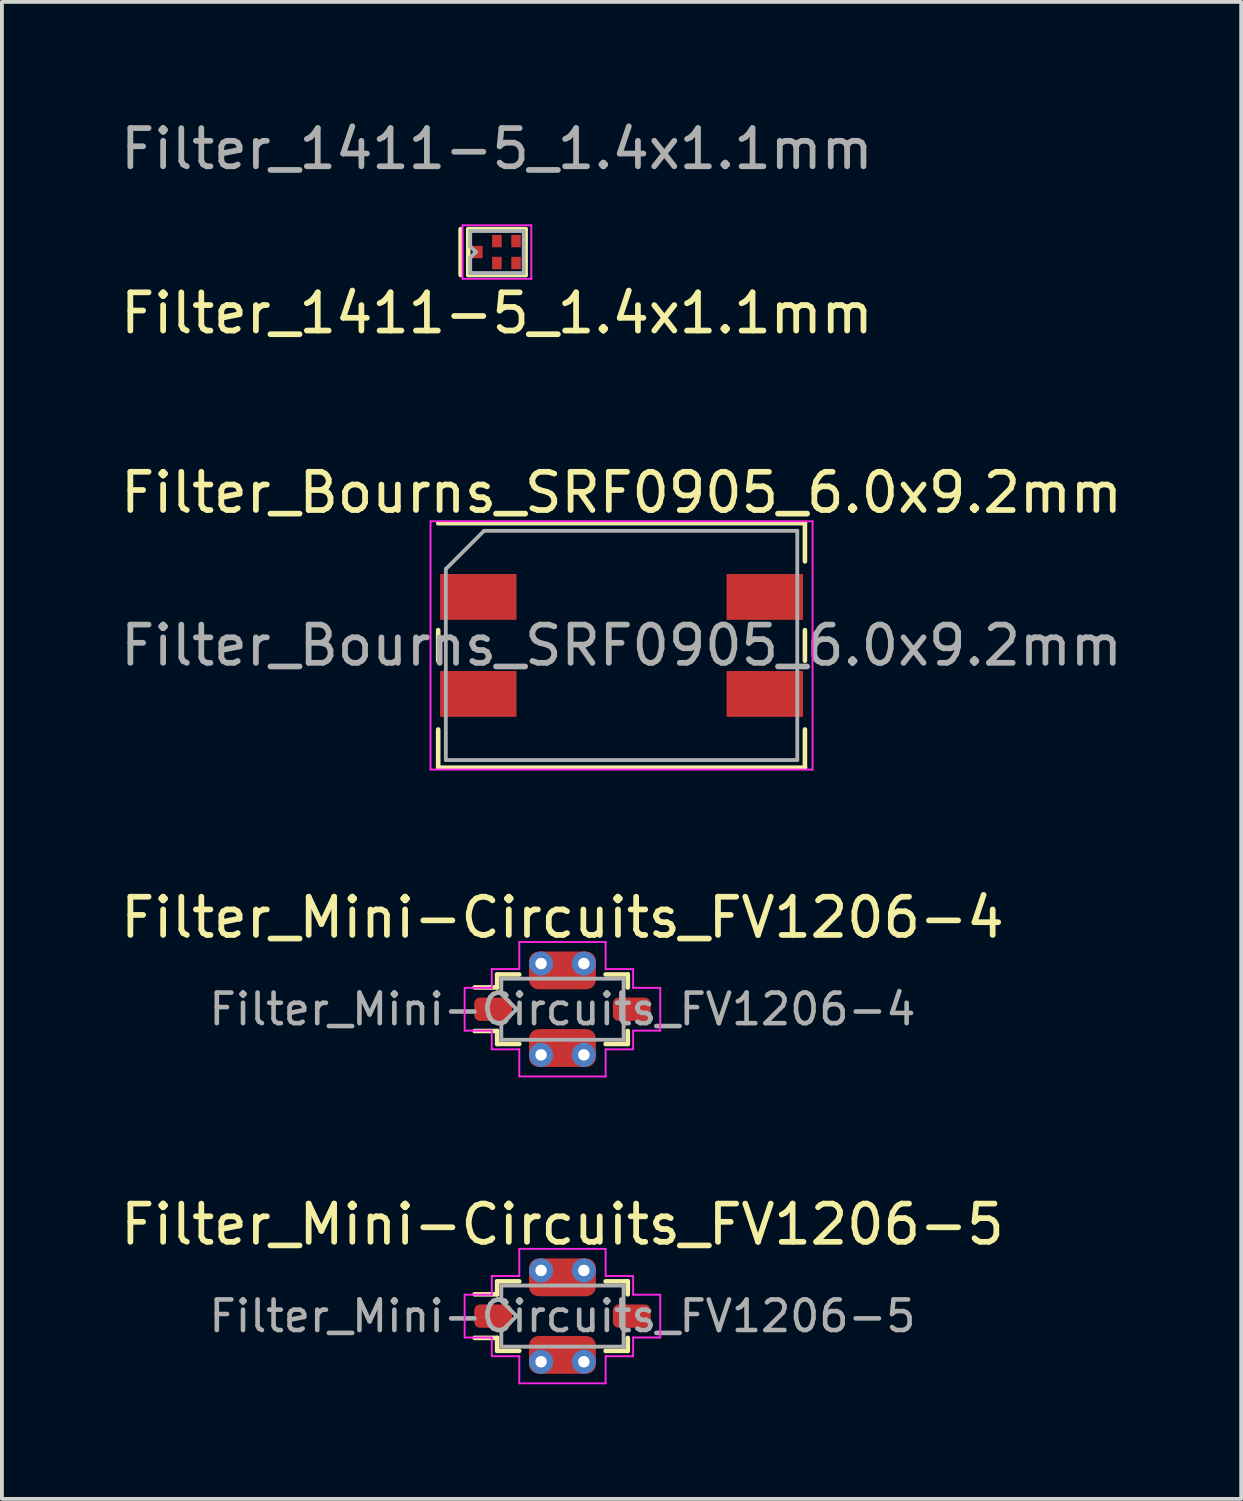
<source format=kicad_pcb>
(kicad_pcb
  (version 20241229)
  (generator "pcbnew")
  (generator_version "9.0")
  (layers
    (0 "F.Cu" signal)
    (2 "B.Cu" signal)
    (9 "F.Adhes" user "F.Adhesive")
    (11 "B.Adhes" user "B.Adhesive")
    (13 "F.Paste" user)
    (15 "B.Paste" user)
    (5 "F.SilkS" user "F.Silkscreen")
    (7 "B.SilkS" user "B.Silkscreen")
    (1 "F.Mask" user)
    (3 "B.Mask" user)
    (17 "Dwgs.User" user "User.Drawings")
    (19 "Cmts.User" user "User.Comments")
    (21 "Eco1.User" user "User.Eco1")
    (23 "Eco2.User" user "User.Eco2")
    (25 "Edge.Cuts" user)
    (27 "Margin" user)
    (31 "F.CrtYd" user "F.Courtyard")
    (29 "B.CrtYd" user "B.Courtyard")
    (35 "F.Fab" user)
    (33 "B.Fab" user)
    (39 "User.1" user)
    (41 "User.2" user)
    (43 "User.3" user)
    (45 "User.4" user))
  (footprint "Filter_Mini-Circuits_FV1206-5"
    (layer "F.Cu")
    (at 11.673 31.401)
    (property "Reference" "Filter_Mini-Circuits_FV1206-5" (at 0 -2.4 0) (layer "F.SilkS") (effects (font (size 1 1) (thickness 0.15))))
    (attr smd)
    (fp_line (start -1.71 -0.91) (end -1.71 -0.57) (stroke (width 0.12) (type solid)) (layer "F.SilkS"))
    (fp_line (start -1.71 -0.91) (end -1.13 -0.91) (stroke (width 0.12) (type solid)) (layer "F.SilkS"))
    (fp_line (start -1.71 -0.57) (end -2.3 -0.57) (stroke (width 0.12) (type solid)) (layer "F.SilkS"))
    (fp_line (start -1.71 0.57) (end -2.3 0.57) (stroke (width 0.12) (type solid)) (layer "F.SilkS"))
    (fp_line (start -1.71 0.57) (end -1.71 0.91) (stroke (width 0.12) (type solid)) (layer "F.SilkS"))
    (fp_line (start -1.71 0.91) (end -1.13 0.91) (stroke (width 0.12) (type solid)) (layer "F.SilkS"))
    (fp_line (start 1.13 -0.91) (end 1.71 -0.91) (stroke (width 0.12) (type solid)) (layer "F.SilkS"))
    (fp_line (start 1.13 0.91) (end 1.71 0.91) (stroke (width 0.12) (type solid)) (layer "F.SilkS"))
    (fp_line (start 1.71 -0.91) (end 1.71 -0.57) (stroke (width 0.12) (type solid)) (layer "F.SilkS"))
    (fp_line (start 1.71 0.57) (end 1.71 0.91) (stroke (width 0.12) (type solid)) (layer "F.SilkS"))
    (fp_line (start -2.56 -0.56) (end -2.56 0.56) (stroke (width 0.05) (type solid)) (layer "F.CrtYd"))
    (fp_line (start -2.56 -0.56) (end -1.85 -0.56) (stroke (width 0.05) (type solid)) (layer "F.CrtYd"))
    (fp_line (start -2.56 0.56) (end -1.85 0.56) (stroke (width 0.05) (type solid)) (layer "F.CrtYd"))
    (fp_line (start -1.85 -1.05) (end -1.85 -0.56) (stroke (width 0.05) (type solid)) (layer "F.CrtYd"))
    (fp_line (start -1.85 -1.05) (end -1.13 -1.05) (stroke (width 0.05) (type solid)) (layer "F.CrtYd"))
    (fp_line (start -1.85 0.56) (end -1.85 1.05) (stroke (width 0.05) (type solid)) (layer "F.CrtYd"))
    (fp_line (start -1.85 1.05) (end -1.13 1.05) (stroke (width 0.05) (type solid)) (layer "F.CrtYd"))
    (fp_line (start -1.13 -1.76) (end 1.13 -1.76) (stroke (width 0.05) (type solid)) (layer "F.CrtYd"))
    (fp_line (start -1.13 -1.05) (end -1.13 -1.76) (stroke (width 0.05) (type solid)) (layer "F.CrtYd"))
    (fp_line (start -1.13 1.76) (end -1.13 1.05) (stroke (width 0.05) (type solid)) (layer "F.CrtYd"))
    (fp_line (start -1.13 1.76) (end 1.13 1.76) (stroke (width 0.05) (type solid)) (layer "F.CrtYd"))
    (fp_line (start 1.13 -1.05) (end 1.13 -1.76) (stroke (width 0.05) (type solid)) (layer "F.CrtYd"))
    (fp_line (start 1.13 -1.05) (end 1.85 -1.05) (stroke (width 0.05) (type solid)) (layer "F.CrtYd"))
    (fp_line (start 1.13 1.05) (end 1.85 1.05) (stroke (width 0.05) (type solid)) (layer "F.CrtYd"))
    (fp_line (start 1.13 1.76) (end 1.13 1.05) (stroke (width 0.05) (type solid)) (layer "F.CrtYd"))
    (fp_line (start 1.85 -1.05) (end 1.85 -0.56) (stroke (width 0.05) (type solid)) (layer "F.CrtYd"))
    (fp_line (start 1.85 -0.56) (end 2.56 -0.56) (stroke (width 0.05) (type solid)) (layer "F.CrtYd"))
    (fp_line (start 1.85 0.56) (end 1.85 1.05) (stroke (width 0.05) (type solid)) (layer "F.CrtYd"))
    (fp_line (start 1.85 0.56) (end 2.56 0.56) (stroke (width 0.05) (type solid)) (layer "F.CrtYd"))
    (fp_line (start 2.56 -0.56) (end 2.56 0.56) (stroke (width 0.05) (type solid)) (layer "F.CrtYd"))
    (fp_line (start -1.6 -0.8) (end -1.6 -0.4) (stroke (width 0.1) (type solid)) (layer "F.Fab"))
    (fp_line (start -1.6 -0.8) (end 1.6 -0.8) (stroke (width 0.1) (type solid)) (layer "F.Fab"))
    (fp_line (start -1.6 0.8) (end -1.6 0.4) (stroke (width 0.1) (type solid)) (layer "F.Fab"))
    (fp_line (start -1.2 0) (end -1.6 -0.4) (stroke (width 0.1) (type solid)) (layer "F.Fab"))
    (fp_line (start -1.2 0) (end -1.6 0.4) (stroke (width 0.1) (type solid)) (layer "F.Fab"))
    (fp_line (start 1.6 -0.8) (end 1.6 0.8) (stroke (width 0.1) (type solid)) (layer "F.Fab"))
    (fp_line (start 1.6 0.8) (end -1.6 0.8) (stroke (width 0.1) (type solid)) (layer "F.Fab"))
    (fp_text user "${REFERENCE}" (at 0 0 0) (layer "F.Fab") (effects (font (size 0.8 0.8) (thickness 0.12))))
    (pad "1" smd roundrect (at -1.815 0) (size 0.99 0.61) (layers "F.Cu" "F.Mask" "F.Paste") (roundrect_rratio 0.25))
    (pad "2" thru_hole circle (at -0.56 1.195) (size 0.63 0.63) (drill 0.3) (layers "*.Cu" "*.Mask"))
    (pad "2" smd roundrect (at 0 1.015) (size 1.75 0.99) (layers "F.Cu" "F.Mask" "F.Paste") (roundrect_rratio 0.25))
    (pad "2" thru_hole circle (at 0.56 1.195) (size 0.63 0.63) (drill 0.3) (layers "*.Cu" "*.Mask"))
    (pad "3" smd roundrect (at 1.815 0) (size 0.99 0.61) (layers "F.Cu" "F.Mask" "F.Paste") (roundrect_rratio 0.25))
    (pad "4" thru_hole circle (at -0.56 -1.195) (size 0.63 0.63) (drill 0.3) (layers "*.Cu" "*.Mask"))
    (pad "4" smd roundrect (at 0 -1.015) (size 1.75 0.99) (layers "F.Cu" "F.Mask" "F.Paste") (roundrect_rratio 0.25))
    (pad "4" thru_hole circle (at 0.56 -1.195) (size 0.63 0.63) (drill 0.3) (layers "*.Cu" "*.Mask")))
  (footprint "Filter_1411-5_1.4x1.1mm"
    (layer "F.Cu")
    (at 9.958 3.548)
    (property "Reference" "Filter_1411-5_1.4x1.1mm" (at 0 1.6 0) (layer "F.SilkS") (effects (font (size 1 1) (thickness 0.15))))
    (attr smd)
    (fp_line (start -0.95 -0.6) (end -0.95 0.6) (stroke (width 0.12) (type solid)) (layer "F.SilkS"))
    (fp_line (start -0.75 -0.6) (end -0.75 0.6) (stroke (width 0.12) (type solid)) (layer "F.SilkS"))
    (fp_line (start -0.75 0.6) (end 0.75 0.6) (stroke (width 0.12) (type solid)) (layer "F.SilkS"))
    (fp_line (start 0.75 -0.6) (end -0.75 -0.6) (stroke (width 0.12) (type solid)) (layer "F.SilkS"))
    (fp_line (start 0.75 0.6) (end 0.75 -0.6) (stroke (width 0.12) (type solid)) (layer "F.SilkS"))
    (fp_line (start -0.9 -0.7) (end 0.9 -0.7) (stroke (width 0.05) (type solid)) (layer "F.CrtYd"))
    (fp_line (start -0.9 0.7) (end -0.9 -0.7) (stroke (width 0.05) (type solid)) (layer "F.CrtYd"))
    (fp_line (start 0.9 -0.7) (end 0.9 0.7) (stroke (width 0.05) (type solid)) (layer "F.CrtYd"))
    (fp_line (start 0.9 0.7) (end -0.9 0.7) (stroke (width 0.05) (type solid)) (layer "F.CrtYd"))
    (fp_line (start -0.7 -0.55) (end -0.7 -0.15) (stroke (width 0.1) (type solid)) (layer "F.Fab"))
    (fp_line (start -0.7 -0.55) (end 0.7 -0.55) (stroke (width 0.1) (type solid)) (layer "F.Fab"))
    (fp_line (start -0.7 -0.15) (end -0.55 0) (stroke (width 0.1) (type solid)) (layer "F.Fab"))
    (fp_line (start -0.7 0.15) (end -0.7 0.55) (stroke (width 0.1) (type solid)) (layer "F.Fab"))
    (fp_line (start -0.55 0) (end -0.7 0.15) (stroke (width 0.1) (type solid)) (layer "F.Fab"))
    (fp_line (start 0.7 -0.55) (end 0.7 0.55) (stroke (width 0.1) (type solid)) (layer "F.Fab"))
    (fp_line (start 0.7 0.55) (end -0.7 0.55) (stroke (width 0.1) (type solid)) (layer "F.Fab"))
    (fp_text user "${REFERENCE}" (at 0 -2.7 0) (layer "F.Fab") (effects (font (size 1 1) (thickness 0.15))))
    (pad "1" smd rect (at -0.5 0 90) (size 0.325 0.25) (layers "F.Cu" "F.Mask" "F.Paste"))
    (pad "2" smd rect (at 0 0.287 90) (size 0.325 0.25) (layers "F.Cu" "F.Mask" "F.Paste"))
    (pad "3" smd rect (at 0.5 0.287 90) (size 0.325 0.25) (layers "F.Cu" "F.Mask" "F.Paste"))
    (pad "4" smd rect (at 0.5 -0.287 90) (size 0.325 0.25) (layers "F.Cu" "F.Mask" "F.Paste"))
    (pad "5" smd rect (at 0 -0.287 90) (size 0.325 0.25) (layers "F.Cu" "F.Mask" "F.Paste")))
  (footprint "Filter_Mini-Circuits_FV1206-4"
    (layer "F.Cu")
    (at 11.673 23.368)
    (property "Reference" "Filter_Mini-Circuits_FV1206-4" (at 0 -2.4 0) (layer "F.SilkS") (effects (font (size 1 1) (thickness 0.15))))
    (attr smd)
    (fp_line (start -1.71 -0.91) (end -1.71 -0.57) (stroke (width 0.12) (type solid)) (layer "F.SilkS"))
    (fp_line (start -1.71 -0.91) (end -1.13 -0.91) (stroke (width 0.12) (type solid)) (layer "F.SilkS"))
    (fp_line (start -1.71 -0.57) (end -2.3 -0.57) (stroke (width 0.12) (type solid)) (layer "F.SilkS"))
    (fp_line (start -1.71 0.57) (end -2.3 0.57) (stroke (width 0.12) (type solid)) (layer "F.SilkS"))
    (fp_line (start -1.71 0.57) (end -1.71 0.91) (stroke (width 0.12) (type solid)) (layer "F.SilkS"))
    (fp_line (start -1.71 0.91) (end -1.13 0.91) (stroke (width 0.12) (type solid)) (layer "F.SilkS"))
    (fp_line (start 1.13 -0.91) (end 1.71 -0.91) (stroke (width 0.12) (type solid)) (layer "F.SilkS"))
    (fp_line (start 1.13 0.91) (end 1.71 0.91) (stroke (width 0.12) (type solid)) (layer "F.SilkS"))
    (fp_line (start 1.71 -0.91) (end 1.71 -0.57) (stroke (width 0.12) (type solid)) (layer "F.SilkS"))
    (fp_line (start 1.71 0.57) (end 1.71 0.91) (stroke (width 0.12) (type solid)) (layer "F.SilkS"))
    (fp_line (start -2.56 -0.56) (end -2.56 0.56) (stroke (width 0.05) (type solid)) (layer "F.CrtYd"))
    (fp_line (start -2.56 -0.56) (end -1.85 -0.56) (stroke (width 0.05) (type solid)) (layer "F.CrtYd"))
    (fp_line (start -2.56 0.56) (end -1.85 0.56) (stroke (width 0.05) (type solid)) (layer "F.CrtYd"))
    (fp_line (start -1.85 -1.05) (end -1.85 -0.56) (stroke (width 0.05) (type solid)) (layer "F.CrtYd"))
    (fp_line (start -1.85 -1.05) (end -1.13 -1.05) (stroke (width 0.05) (type solid)) (layer "F.CrtYd"))
    (fp_line (start -1.85 0.56) (end -1.85 1.05) (stroke (width 0.05) (type solid)) (layer "F.CrtYd"))
    (fp_line (start -1.85 1.05) (end -1.13 1.05) (stroke (width 0.05) (type solid)) (layer "F.CrtYd"))
    (fp_line (start -1.13 -1.76) (end 1.13 -1.76) (stroke (width 0.05) (type solid)) (layer "F.CrtYd"))
    (fp_line (start -1.13 -1.05) (end -1.13 -1.76) (stroke (width 0.05) (type solid)) (layer "F.CrtYd"))
    (fp_line (start -1.13 1.76) (end -1.13 1.05) (stroke (width 0.05) (type solid)) (layer "F.CrtYd"))
    (fp_line (start -1.13 1.76) (end 1.13 1.76) (stroke (width 0.05) (type solid)) (layer "F.CrtYd"))
    (fp_line (start 1.13 -1.05) (end 1.13 -1.76) (stroke (width 0.05) (type solid)) (layer "F.CrtYd"))
    (fp_line (start 1.13 -1.05) (end 1.85 -1.05) (stroke (width 0.05) (type solid)) (layer "F.CrtYd"))
    (fp_line (start 1.13 1.05) (end 1.85 1.05) (stroke (width 0.05) (type solid)) (layer "F.CrtYd"))
    (fp_line (start 1.13 1.76) (end 1.13 1.05) (stroke (width 0.05) (type solid)) (layer "F.CrtYd"))
    (fp_line (start 1.85 -1.05) (end 1.85 -0.56) (stroke (width 0.05) (type solid)) (layer "F.CrtYd"))
    (fp_line (start 1.85 -0.56) (end 2.56 -0.56) (stroke (width 0.05) (type solid)) (layer "F.CrtYd"))
    (fp_line (start 1.85 0.56) (end 1.85 1.05) (stroke (width 0.05) (type solid)) (layer "F.CrtYd"))
    (fp_line (start 1.85 0.56) (end 2.56 0.56) (stroke (width 0.05) (type solid)) (layer "F.CrtYd"))
    (fp_line (start 2.56 -0.56) (end 2.56 0.56) (stroke (width 0.05) (type solid)) (layer "F.CrtYd"))
    (fp_line (start -1.6 -0.8) (end -1.6 -0.4) (stroke (width 0.1) (type solid)) (layer "F.Fab"))
    (fp_line (start -1.6 -0.8) (end 1.6 -0.8) (stroke (width 0.1) (type solid)) (layer "F.Fab"))
    (fp_line (start -1.6 0.8) (end -1.6 0.4) (stroke (width 0.1) (type solid)) (layer "F.Fab"))
    (fp_line (start -1.2 0) (end -1.6 -0.4) (stroke (width 0.1) (type solid)) (layer "F.Fab"))
    (fp_line (start -1.2 0) (end -1.6 0.4) (stroke (width 0.1) (type solid)) (layer "F.Fab"))
    (fp_line (start 1.6 -0.8) (end 1.6 0.8) (stroke (width 0.1) (type solid)) (layer "F.Fab"))
    (fp_line (start 1.6 0.8) (end -1.6 0.8) (stroke (width 0.1) (type solid)) (layer "F.Fab"))
    (fp_text user "${REFERENCE}" (at 0 0 0) (layer "F.Fab") (effects (font (size 0.8 0.8) (thickness 0.12))))
    (pad "1" smd roundrect (at -1.815 0) (size 0.99 0.61) (layers "F.Cu" "F.Mask" "F.Paste") (roundrect_rratio 0.25))
    (pad "2" thru_hole circle (at -0.56 1.195) (size 0.63 0.63) (drill 0.3) (layers "*.Cu" "*.Mask"))
    (pad "2" smd roundrect (at 0 1.015) (size 1.75 0.99) (layers "F.Cu" "F.Mask" "F.Paste") (roundrect_rratio 0.25))
    (pad "2" thru_hole circle (at 0.56 1.195) (size 0.63 0.63) (drill 0.3) (layers "*.Cu" "*.Mask"))
    (pad "3" smd roundrect (at 1.815 0) (size 0.99 0.61) (layers "F.Cu" "F.Mask" "F.Paste") (roundrect_rratio 0.25))
    (pad "4" thru_hole circle (at -0.56 -1.195) (size 0.63 0.63) (drill 0.3) (layers "*.Cu" "*.Mask"))
    (pad "4" smd roundrect (at 0 -1.015) (size 1.75 0.99) (layers "F.Cu" "F.Mask" "F.Paste") (roundrect_rratio 0.25))
    (pad "4" thru_hole circle (at 0.56 -1.195) (size 0.63 0.63) (drill 0.3) (layers "*.Cu" "*.Mask")))
  (footprint "Filter_Bourns_SRF0905_6.0x9.2mm"
    (layer "F.Cu")
    (at 13.22 13.845)
    (property "Reference" "Filter_Bourns_SRF0905_6.0x9.2mm" (at 0 -4 180) (layer "F.SilkS") (effects (font (size 1 1) (thickness 0.15))))
    (attr smd)
    (fp_line (start -4.8 -0.4) (end -4.8 0.4) (stroke (width 0.12) (type solid)) (layer "F.SilkS"))
    (fp_line (start -4.8 2.2) (end -4.8 3.2) (stroke (width 0.12) (type solid)) (layer "F.SilkS"))
    (fp_line (start -4.8 3.2) (end 4.8 3.2) (stroke (width 0.12) (type solid)) (layer "F.SilkS"))
    (fp_line (start 4.8 -3.2) (end -4.8 -3.2) (stroke (width 0.12) (type solid)) (layer "F.SilkS"))
    (fp_line (start 4.8 -2.2) (end 4.8 -3.2) (stroke (width 0.12) (type solid)) (layer "F.SilkS"))
    (fp_line (start 4.8 -0.4) (end 4.8 0.4) (stroke (width 0.12) (type solid)) (layer "F.SilkS"))
    (fp_line (start 4.8 3.2) (end 4.8 2.2) (stroke (width 0.12) (type solid)) (layer "F.SilkS"))
    (fp_line (start -5 -3.25) (end -5 3.25) (stroke (width 0.05) (type solid)) (layer "F.CrtYd"))
    (fp_line (start -5 -3.25) (end 5 -3.25) (stroke (width 0.05) (type solid)) (layer "F.CrtYd"))
    (fp_line (start 5 3.25) (end -5 3.25) (stroke (width 0.05) (type solid)) (layer "F.CrtYd"))
    (fp_line (start 5 3.25) (end 5 -3.25) (stroke (width 0.05) (type solid)) (layer "F.CrtYd"))
    (fp_line (start -4.6 -2) (end -3.6 -3) (stroke (width 0.1) (type solid)) (layer "F.Fab"))
    (fp_line (start -4.6 3) (end -4.6 -2) (stroke (width 0.1) (type solid)) (layer "F.Fab"))
    (fp_line (start -3.6 -3) (end 4.6 -3) (stroke (width 0.1) (type solid)) (layer "F.Fab"))
    (fp_line (start 4.6 -3) (end 4.6 3) (stroke (width 0.1) (type solid)) (layer "F.Fab"))
    (fp_line (start 4.6 3) (end -4.6 3) (stroke (width 0.1) (type solid)) (layer "F.Fab"))
    (fp_text user "${REFERENCE}" (at 0 0 0) (layer "F.Fab") (effects (font (size 1 1) (thickness 0.15))))
    (pad "1" smd rect (at -3.75 -1.27) (size 2 1.2) (layers "F.Cu" "F.Mask" "F.Paste"))
    (pad "2" smd rect (at -3.75 1.27) (size 2 1.2) (layers "F.Cu" "F.Mask" "F.Paste"))
    (pad "3" smd rect (at 3.75 1.27) (size 2 1.2) (layers "F.Cu" "F.Mask" "F.Paste"))
    (pad "4" smd rect (at 3.75 -1.27) (size 2 1.2) (layers "F.Cu" "F.Mask" "F.Paste")))
  (gr_rect
    (start -3 -3)
    (end 29.44 36.186)
    (stroke (width 0.1) (type default))
    (fill no)
    (layer "Edge.Cuts")))
</source>
